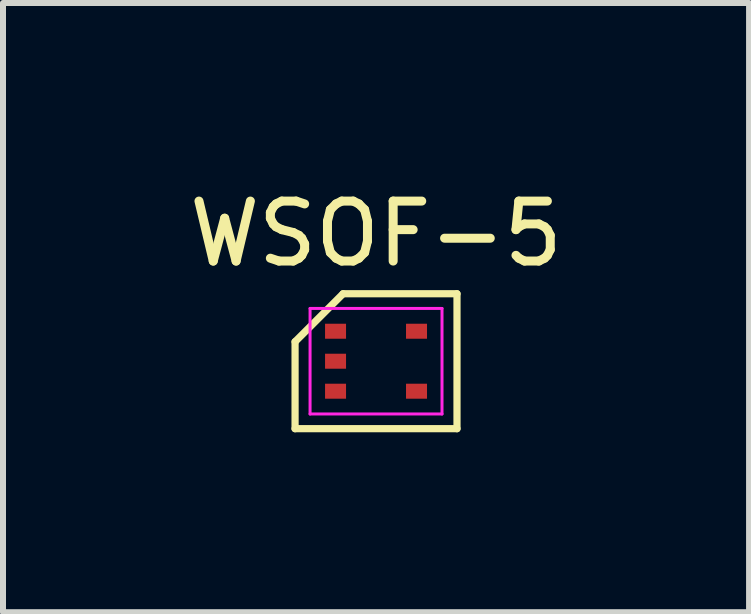
<source format=kicad_pcb>
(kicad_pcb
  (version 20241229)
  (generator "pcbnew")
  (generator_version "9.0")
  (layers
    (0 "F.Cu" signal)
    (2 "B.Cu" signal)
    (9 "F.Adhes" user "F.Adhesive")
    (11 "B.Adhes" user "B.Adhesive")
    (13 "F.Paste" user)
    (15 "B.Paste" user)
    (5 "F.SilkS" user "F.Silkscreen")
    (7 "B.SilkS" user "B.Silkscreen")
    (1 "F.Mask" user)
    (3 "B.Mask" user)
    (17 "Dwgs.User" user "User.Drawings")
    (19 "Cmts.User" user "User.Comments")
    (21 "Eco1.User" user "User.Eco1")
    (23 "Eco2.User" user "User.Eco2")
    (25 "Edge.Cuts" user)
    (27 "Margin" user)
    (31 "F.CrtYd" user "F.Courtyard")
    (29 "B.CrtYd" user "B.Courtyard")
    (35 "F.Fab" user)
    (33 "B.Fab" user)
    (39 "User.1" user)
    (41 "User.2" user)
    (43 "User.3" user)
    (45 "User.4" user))
  (footprint "WSOF-5"
    (layer "F.Cu")
    (at 3.22 2.973)
    (property "Reference" "WSOF-5" (at 0 -2.125 0) (layer "F.SilkS") (effects (font (size 1 1) (thickness 0.15))))
    (attr through_hole)
    (fp_line (start -1.35 -0.325) (end -0.55 -1.125) (stroke (width 0.12) (type default)) (layer "F.SilkS"))
    (fp_line (start -1.35 1.125) (end -1.35 -0.325) (stroke (width 0.12) (type default)) (layer "F.SilkS"))
    (fp_line (start -0.55 -1.125) (end 1.35 -1.125) (stroke (width 0.12) (type default)) (layer "F.SilkS"))
    (fp_line (start 1.35 -1.125) (end 1.35 1.125) (stroke (width 0.12) (type default)) (layer "F.SilkS"))
    (fp_line (start 1.35 1.125) (end -1.35 1.125) (stroke (width 0.12) (type default)) (layer "F.SilkS"))
    (fp_line (start -1.1 -0.88) (end 1.1 -0.88) (stroke (width 0.05) (type default)) (layer "F.CrtYd"))
    (fp_line (start -1.1 0.88) (end -1.1 -0.88) (stroke (width 0.05) (type default)) (layer "F.CrtYd"))
    (fp_line (start 1.1 -0.88) (end 1.1 0.88) (stroke (width 0.05) (type default)) (layer "F.CrtYd"))
    (fp_line (start 1.1 0.88) (end -1.1 0.88) (stroke (width 0.05) (type default)) (layer "F.CrtYd"))
    (pad "1" smd rect (at -0.675 -0.5 270) (size 0.25 0.35) (layers "F.Cu" "F.Mask" "F.Paste"))
    (pad "2" smd rect (at -0.675 0 270) (size 0.25 0.35) (layers "F.Cu" "F.Mask" "F.Paste"))
    (pad "3" smd rect (at -0.675 0.5 270) (size 0.25 0.35) (layers "F.Cu" "F.Mask" "F.Paste"))
    (pad "4" smd rect (at 0.675 0.5 270) (size 0.25 0.35) (layers "F.Cu" "F.Mask" "F.Paste"))
    (pad "5" smd rect (at 0.675 -0.5 270) (size 0.25 0.35) (layers "F.Cu" "F.Mask" "F.Paste")))
  (gr_rect
    (start -3 -3)
    (end 9.44 7.158)
    (stroke (width 0.1) (type default))
    (fill no)
    (layer "Edge.Cuts")))
</source>
